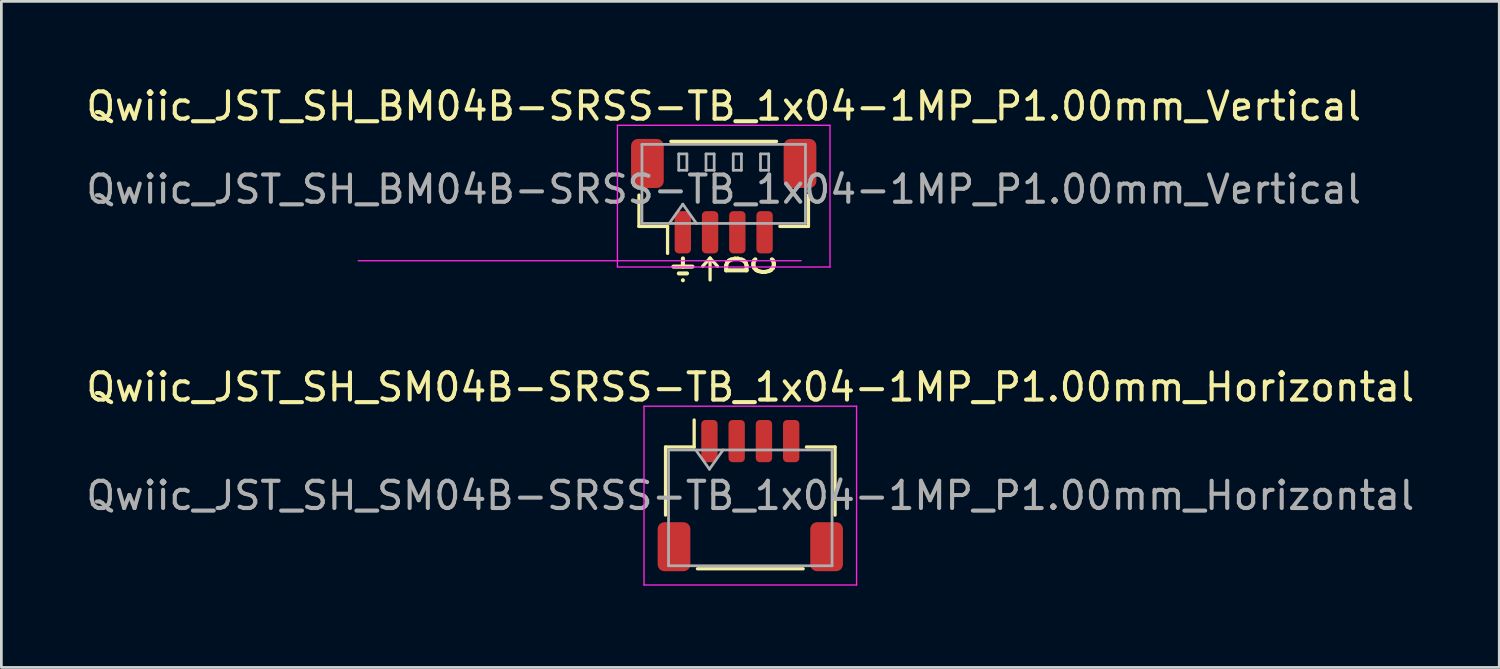
<source format=kicad_pcb>
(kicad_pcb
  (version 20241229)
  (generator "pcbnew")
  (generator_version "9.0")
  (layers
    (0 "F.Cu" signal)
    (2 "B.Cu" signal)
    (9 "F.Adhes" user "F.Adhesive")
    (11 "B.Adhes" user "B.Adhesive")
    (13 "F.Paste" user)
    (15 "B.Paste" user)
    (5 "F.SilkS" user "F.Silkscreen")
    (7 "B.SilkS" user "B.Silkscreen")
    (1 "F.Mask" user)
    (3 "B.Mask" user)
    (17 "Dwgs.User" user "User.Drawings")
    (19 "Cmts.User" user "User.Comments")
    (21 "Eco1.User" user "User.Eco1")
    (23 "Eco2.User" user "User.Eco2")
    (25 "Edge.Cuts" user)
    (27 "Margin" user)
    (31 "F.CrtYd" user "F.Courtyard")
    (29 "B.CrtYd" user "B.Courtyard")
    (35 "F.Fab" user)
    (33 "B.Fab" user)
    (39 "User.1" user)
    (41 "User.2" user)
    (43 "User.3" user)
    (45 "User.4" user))
  (footprint "Qwiic_JST_SH_SM04B-SRSS-TB_1x04-1MP_P1.00mm_Horizontal"
    (layer "F.Cu")
    (at 24.482 15.136)
    (property "Reference" "Qwiic_JST_SH_SM04B-SRSS-TB_1x04-1MP_P1.00mm_Horizontal" (at 0 -3.98 0) (layer "F.SilkS") (effects (font (size 1 1) (thickness 0.15))))
    (attr smd)
    (fp_line (start -3.11 -1.785) (end -2.06 -1.785) (stroke (width 0.12) (type solid)) (layer "F.SilkS"))
    (fp_line (start -3.11 0.715) (end -3.11 -1.785) (stroke (width 0.12) (type solid)) (layer "F.SilkS"))
    (fp_line (start -2.06 -1.785) (end -2.06 -2.775) (stroke (width 0.12) (type solid)) (layer "F.SilkS"))
    (fp_line (start -1.94 2.685) (end 1.94 2.685) (stroke (width 0.12) (type solid)) (layer "F.SilkS"))
    (fp_line (start 3.11 -1.785) (end 2.06 -1.785) (stroke (width 0.12) (type solid)) (layer "F.SilkS"))
    (fp_line (start 3.11 0.715) (end 3.11 -1.785) (stroke (width 0.12) (type solid)) (layer "F.SilkS"))
    (fp_line (start -3.9 -3.28) (end -3.9 3.28) (stroke (width 0.05) (type solid)) (layer "F.CrtYd"))
    (fp_line (start -3.9 3.28) (end 3.9 3.28) (stroke (width 0.05) (type solid)) (layer "F.CrtYd"))
    (fp_line (start 3.9 -3.28) (end -3.9 -3.28) (stroke (width 0.05) (type solid)) (layer "F.CrtYd"))
    (fp_line (start 3.9 3.28) (end 3.9 -3.28) (stroke (width 0.05) (type solid)) (layer "F.CrtYd"))
    (fp_line (start -3 -1.675) (end -3 2.575) (stroke (width 0.1) (type solid)) (layer "F.Fab"))
    (fp_line (start -3 -1.675) (end 3 -1.675) (stroke (width 0.1) (type solid)) (layer "F.Fab"))
    (fp_line (start -3 2.575) (end 3 2.575) (stroke (width 0.1) (type solid)) (layer "F.Fab"))
    (fp_line (start -2 -1.675) (end -1.5 -0.968) (stroke (width 0.1) (type solid)) (layer "F.Fab"))
    (fp_line (start -1.5 -0.968) (end -1 -1.675) (stroke (width 0.1) (type solid)) (layer "F.Fab"))
    (fp_line (start 3 -1.675) (end 3 2.575) (stroke (width 0.1) (type solid)) (layer "F.Fab"))
    (fp_text user "${REFERENCE}" (at 0 0 0) (layer "F.Fab") (effects (font (size 1 1) (thickness 0.15))))
    (pad "1" smd roundrect (at -1.5 -2) (size 0.6 1.55) (layers "F.Cu" "F.Mask" "F.Paste") (roundrect_rratio 0.25))
    (pad "2" smd roundrect (at -0.5 -2) (size 0.6 1.55) (layers "F.Cu" "F.Mask" "F.Paste") (roundrect_rratio 0.25))
    (pad "3" smd roundrect (at 0.5 -2) (size 0.6 1.55) (layers "F.Cu" "F.Mask" "F.Paste") (roundrect_rratio 0.25))
    (pad "4" smd roundrect (at 1.5 -2) (size 0.6 1.55) (layers "F.Cu" "F.Mask" "F.Paste") (roundrect_rratio 0.25))
    (pad "MP" smd roundrect (at -2.8 1.875) (size 1.2 1.8) (layers "F.Cu" "F.Mask" "F.Paste") (roundrect_rratio 0.208))
    (pad "MP" smd roundrect (at 2.8 1.875) (size 1.2 1.8) (layers "F.Cu" "F.Mask" "F.Paste") (roundrect_rratio 0.208)))
  (footprint "Qwiic_JST_SH_BM04B-SRSS-TB_1x04-1MP_P1.00mm_Vertical"
    (layer "F.Cu")
    (at 23.506 4.148)
    (property "Reference" "Qwiic_JST_SH_BM04B-SRSS-TB_1x04-1MP_P1.00mm_Vertical" (at 0 -3.3 0) (layer "F.SilkS") (effects (font (size 1 1) (thickness 0.15))))
    (attr smd)
    (fp_line (start -3.11 -0.04) (end -3.11 1.11) (stroke (width 0.12) (type solid)) (layer "F.SilkS"))
    (fp_line (start -3.11 1.11) (end -2.06 1.11) (stroke (width 0.12) (type solid)) (layer "F.SilkS"))
    (fp_line (start -2.06 1.11) (end -2.06 2.1) (stroke (width 0.12) (type solid)) (layer "F.SilkS"))
    (fp_line (start -1.94 -2.01) (end 1.94 -2.01) (stroke (width 0.12) (type solid)) (layer "F.SilkS"))
    (fp_line (start -1.847 2.585) (end -1.147 2.585) (stroke (width 0.15) (type solid)) (layer "F.SilkS"))
    (fp_line (start -1.647 2.835) (end -1.347 2.835) (stroke (width 0.15) (type solid)) (layer "F.SilkS"))
    (fp_line (start -1.497 2.585) (end -1.497 2.285) (stroke (width 0.15) (type solid)) (layer "F.SilkS"))
    (fp_line (start -1.497 3.085) (end -1.497 3.085) (stroke (width 0.15) (type solid)) (layer "F.SilkS"))
    (fp_line (start -0.5 2.275) (end -0.775 2.575) (stroke (width 0.12) (type solid)) (layer "F.SilkS"))
    (fp_line (start -0.5 2.275) (end -0.5 3.075) (stroke (width 0.12) (type solid)) (layer "F.SilkS"))
    (fp_line (start -0.5 2.275) (end -0.225 2.575) (stroke (width 0.12) (type solid)) (layer "F.SilkS"))
    (fp_line (start 3.11 -0.04) (end 3.11 1.11) (stroke (width 0.12) (type solid)) (layer "F.SilkS"))
    (fp_line (start 3.11 1.11) (end 2.06 1.11) (stroke (width 0.12) (type solid)) (layer "F.SilkS"))
    (fp_line (start -3.9 -2.6) (end -3.9 2.6) (stroke (width 0.05) (type solid)) (layer "F.CrtYd"))
    (fp_line (start -3.9 2.6) (end 3.9 2.6) (stroke (width 0.05) (type solid)) (layer "F.CrtYd"))
    (fp_line (start 2.84 2.37) (end -13.41 2.37) (stroke (width 0.05) (type solid)) (layer "F.CrtYd"))
    (fp_line (start 3.9 -2.6) (end -3.9 -2.6) (stroke (width 0.05) (type solid)) (layer "F.CrtYd"))
    (fp_line (start 3.9 2.6) (end 3.9 -2.6) (stroke (width 0.05) (type solid)) (layer "F.CrtYd"))
    (fp_line (start -3 -1.9) (end 3 -1.9) (stroke (width 0.1) (type solid)) (layer "F.Fab"))
    (fp_line (start -3 1) (end -3 -1.9) (stroke (width 0.1) (type solid)) (layer "F.Fab"))
    (fp_line (start -3 1) (end 3 1) (stroke (width 0.1) (type solid)) (layer "F.Fab"))
    (fp_line (start -2 1) (end -1.5 0.293) (stroke (width 0.1) (type solid)) (layer "F.Fab"))
    (fp_line (start -1.65 -1.55) (end -1.65 -0.95) (stroke (width 0.1) (type solid)) (layer "F.Fab"))
    (fp_line (start -1.65 -0.95) (end -1.35 -0.95) (stroke (width 0.1) (type solid)) (layer "F.Fab"))
    (fp_line (start -1.5 0.293) (end -1 1) (stroke (width 0.1) (type solid)) (layer "F.Fab"))
    (fp_line (start -1.35 -1.55) (end -1.65 -1.55) (stroke (width 0.1) (type solid)) (layer "F.Fab"))
    (fp_line (start -1.35 -0.95) (end -1.35 -1.55) (stroke (width 0.1) (type solid)) (layer "F.Fab"))
    (fp_line (start -0.65 -1.55) (end -0.65 -0.95) (stroke (width 0.1) (type solid)) (layer "F.Fab"))
    (fp_line (start -0.65 -0.95) (end -0.35 -0.95) (stroke (width 0.1) (type solid)) (layer "F.Fab"))
    (fp_line (start -0.35 -1.55) (end -0.65 -1.55) (stroke (width 0.1) (type solid)) (layer "F.Fab"))
    (fp_line (start -0.35 -0.95) (end -0.35 -1.55) (stroke (width 0.1) (type solid)) (layer "F.Fab"))
    (fp_line (start 0.35 -1.55) (end 0.35 -0.95) (stroke (width 0.1) (type solid)) (layer "F.Fab"))
    (fp_line (start 0.35 -0.95) (end 0.65 -0.95) (stroke (width 0.1) (type solid)) (layer "F.Fab"))
    (fp_line (start 0.65 -1.55) (end 0.35 -1.55) (stroke (width 0.1) (type solid)) (layer "F.Fab"))
    (fp_line (start 0.65 -0.95) (end 0.65 -1.55) (stroke (width 0.1) (type solid)) (layer "F.Fab"))
    (fp_line (start 1.35 -1.55) (end 1.35 -0.95) (stroke (width 0.1) (type solid)) (layer "F.Fab"))
    (fp_line (start 1.35 -0.95) (end 1.65 -0.95) (stroke (width 0.1) (type solid)) (layer "F.Fab"))
    (fp_line (start 1.65 -1.55) (end 1.35 -1.55) (stroke (width 0.1) (type solid)) (layer "F.Fab"))
    (fp_line (start 1.65 -0.95) (end 1.65 -1.55) (stroke (width 0.1) (type solid)) (layer "F.Fab"))
    (fp_line (start 3 1) (end 3 -1.9) (stroke (width 0.1) (type solid)) (layer "F.Fab"))
    (fp_text user "D" (at 0.5 2.525 90) (unlocked yes) (layer "F.SilkS") (effects (font (size 0.75 0.75) (thickness 0.15))))
    (fp_text user "C" (at 1.5 2.55 90) (unlocked yes) (layer "F.SilkS") (effects (font (size 0.75 0.75) (thickness 0.15))))
    (fp_text user "${REFERENCE}" (at 0 -0.25 0) (layer "F.Fab") (effects (font (size 1 1) (thickness 0.15))))
    (pad "" smd roundrect (at -2.8 -1.2) (size 1.2 1.8) (layers "F.Cu" "F.Mask" "F.Paste") (roundrect_rratio 0.208))
    (pad "" smd roundrect (at 2.8 -1.2) (size 1.2 1.8) (layers "F.Cu" "F.Mask" "F.Paste") (roundrect_rratio 0.208))
    (pad "1" smd roundrect (at -1.5 1.325) (size 0.6 1.55) (layers "F.Cu" "F.Mask" "F.Paste") (roundrect_rratio 0.25))
    (pad "2" smd roundrect (at -0.5 1.325) (size 0.6 1.55) (layers "F.Cu" "F.Mask" "F.Paste") (roundrect_rratio 0.25))
    (pad "3" smd roundrect (at 0.5 1.325) (size 0.6 1.55) (layers "F.Cu" "F.Mask" "F.Paste") (roundrect_rratio 0.25))
    (pad "4" smd roundrect (at 1.5 1.325) (size 0.6 1.55) (layers "F.Cu" "F.Mask" "F.Paste") (roundrect_rratio 0.25)))
  (gr_rect
    (start -3 -3)
    (end 51.964 21.441)
    (stroke (width 0.1) (type default))
    (fill no)
    (layer "Edge.Cuts")))
</source>
